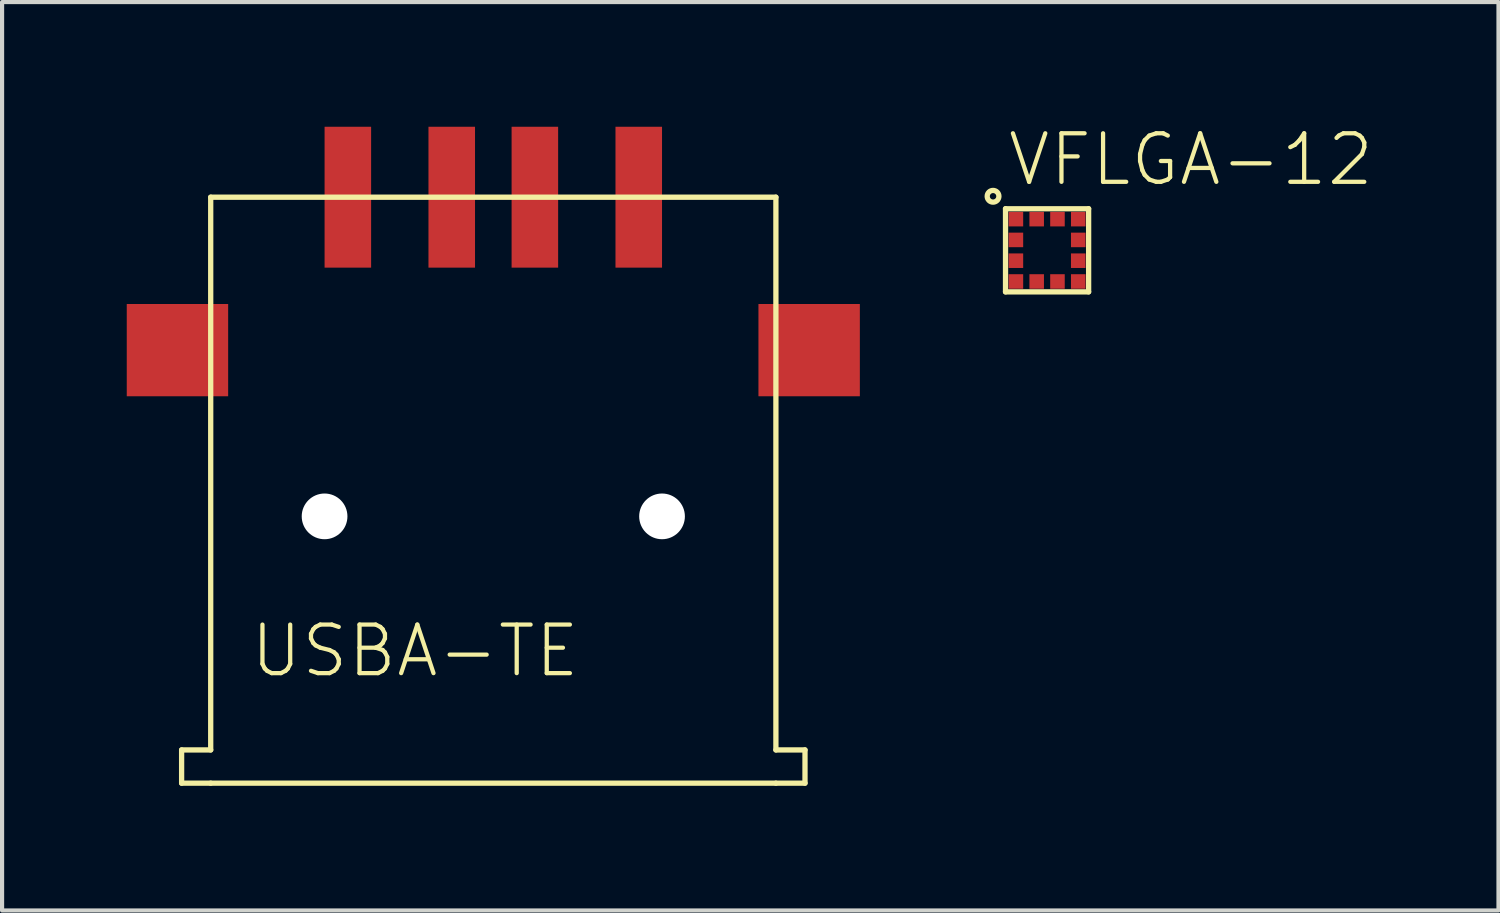
<source format=kicad_pcb>
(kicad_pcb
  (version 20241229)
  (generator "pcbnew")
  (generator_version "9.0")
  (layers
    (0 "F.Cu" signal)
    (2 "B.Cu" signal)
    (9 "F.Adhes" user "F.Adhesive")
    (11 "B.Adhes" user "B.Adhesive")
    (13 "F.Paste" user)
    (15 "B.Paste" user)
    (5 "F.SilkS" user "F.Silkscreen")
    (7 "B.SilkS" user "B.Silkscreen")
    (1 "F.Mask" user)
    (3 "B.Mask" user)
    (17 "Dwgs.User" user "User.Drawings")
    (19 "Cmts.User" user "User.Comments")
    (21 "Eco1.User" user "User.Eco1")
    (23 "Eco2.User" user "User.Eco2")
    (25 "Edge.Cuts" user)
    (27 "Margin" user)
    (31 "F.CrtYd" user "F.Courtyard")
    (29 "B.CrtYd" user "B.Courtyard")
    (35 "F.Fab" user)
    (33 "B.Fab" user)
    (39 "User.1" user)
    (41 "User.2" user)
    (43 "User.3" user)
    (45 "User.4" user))
  (footprint "USBA-TE"
    (layer "F.Cu")
    (at 8.82 1.695)
    (property "Reference" "USBA-TE" (at -5.9 11.6 0) (unlocked yes) (layer "F.SilkS") (effects (font (size 1.168 1.168) (thickness 0.102)) (justify left bottom)))
    (fp_line (start -7.5 13.3) (end -6.8 13.3) (stroke (width 0.127) (type solid)) (layer "F.SilkS"))
    (fp_line (start -7.5 14.1) (end -7.5 13.3) (stroke (width 0.127) (type solid)) (layer "F.SilkS"))
    (fp_line (start -6.8 0) (end 6.8 0) (stroke (width 0.127) (type solid)) (layer "F.SilkS"))
    (fp_line (start -6.8 13.3) (end -6.8 0) (stroke (width 0.127) (type solid)) (layer "F.SilkS"))
    (fp_line (start -6.8 14.1) (end -7.5 14.1) (stroke (width 0.127) (type solid)) (layer "F.SilkS"))
    (fp_line (start 6.8 0) (end 6.8 13.3) (stroke (width 0.127) (type solid)) (layer "F.SilkS"))
    (fp_line (start 6.8 14.1) (end -6.8 14.1) (stroke (width 0.127) (type solid)) (layer "F.SilkS"))
    (fp_line (start 6.8 14.1) (end 7.5 14.1) (stroke (width 0.127) (type solid)) (layer "F.SilkS"))
    (fp_line (start 7.5 13.3) (end 6.8 13.3) (stroke (width 0.127) (type solid)) (layer "F.SilkS"))
    (fp_line (start 7.5 14.1) (end 7.5 13.3) (stroke (width 0.127) (type solid)) (layer "F.SilkS"))
    (pad "" np_thru_hole circle (at -4.06 7.68) (size 1.1 1.1) (drill 1.1) (layers "*.Cu" "*.Mask"))
    (pad "" np_thru_hole circle (at 4.06 7.68) (size 1.1 1.1) (drill 1.1) (layers "*.Cu" "*.Mask"))
    (pad "1" smd rect (at -3.5 0 180) (size 1.12 3.39) (layers "F.Cu" "F.Mask" "F.Paste"))
    (pad "2" smd rect (at -1 0 180) (size 1.12 3.39) (layers "F.Cu" "F.Mask" "F.Paste"))
    (pad "3" smd rect (at 1 0 180) (size 1.12 3.39) (layers "F.Cu" "F.Mask" "F.Paste"))
    (pad "4" smd rect (at 3.5 0 180) (size 1.12 3.39) (layers "F.Cu" "F.Mask" "F.Paste"))
    (pad "MNT1" smd rect (at -7.6 3.68) (size 2.44 2.22) (layers "F.Cu" "F.Mask" "F.Paste"))
    (pad "MNT2" smd rect (at 7.6 3.68) (size 2.44 2.22) (layers "F.Cu" "F.Mask" "F.Paste")))
  (footprint "VFLGA-12"
    (layer "F.Cu")
    (at 22.145 2.973)
    (property "Reference" "VFLGA-12" (at -1 -1.5 0) (unlocked yes) (layer "F.SilkS") (effects (font (size 1.168 1.168) (thickness 0.102)) (justify left bottom)))
    (fp_line (start -1 -1) (end 1 -1) (stroke (width 0.127) (type solid)) (layer "F.SilkS"))
    (fp_line (start -1 1) (end -1 -1) (stroke (width 0.127) (type solid)) (layer "F.SilkS"))
    (fp_line (start 1 -1) (end 1 1) (stroke (width 0.127) (type solid)) (layer "F.SilkS"))
    (fp_line (start 1 1) (end -1 1) (stroke (width 0.127) (type solid)) (layer "F.SilkS"))
    (fp_circle (center -1.3 -1.3) (end -1.159 -1.3) (stroke (width 0.127) (type solid)) (fill no) (layer "F.SilkS"))
    (pad "1" smd rect (at -0.75 -0.75) (size 0.35 0.35) (layers "F.Cu" "F.Mask" "F.Paste"))
    (pad "2" smd rect (at -0.75 -0.25 180) (size 0.35 0.35) (layers "F.Cu" "F.Mask" "F.Paste"))
    (pad "3" smd rect (at -0.75 0.25 180) (size 0.35 0.35) (layers "F.Cu" "F.Mask" "F.Paste"))
    (pad "4" smd rect (at -0.75 0.75) (size 0.35 0.35) (layers "F.Cu" "F.Mask" "F.Paste"))
    (pad "5" smd rect (at -0.25 0.75 270) (size 0.35 0.35) (layers "F.Cu" "F.Mask" "F.Paste"))
    (pad "6" smd rect (at 0.25 0.75 270) (size 0.35 0.35) (layers "F.Cu" "F.Mask" "F.Paste"))
    (pad "7" smd rect (at 0.75 0.75) (size 0.35 0.35) (layers "F.Cu" "F.Mask" "F.Paste"))
    (pad "8" smd rect (at 0.75 0.25 180) (size 0.35 0.35) (layers "F.Cu" "F.Mask" "F.Paste"))
    (pad "9" smd rect (at 0.75 -0.25 180) (size 0.35 0.35) (layers "F.Cu" "F.Mask" "F.Paste"))
    (pad "10" smd rect (at 0.75 -0.75) (size 0.35 0.35) (layers "F.Cu" "F.Mask" "F.Paste"))
    (pad "11" smd rect (at 0.25 -0.75 270) (size 0.35 0.35) (layers "F.Cu" "F.Mask" "F.Paste"))
    (pad "12" smd rect (at -0.25 -0.75 270) (size 0.35 0.35) (layers "F.Cu" "F.Mask" "F.Paste")))
  (gr_rect
    (start -3 -3)
    (end 33.007 18.858)
    (stroke (width 0.1) (type default))
    (fill no)
    (layer "Edge.Cuts")))
</source>
